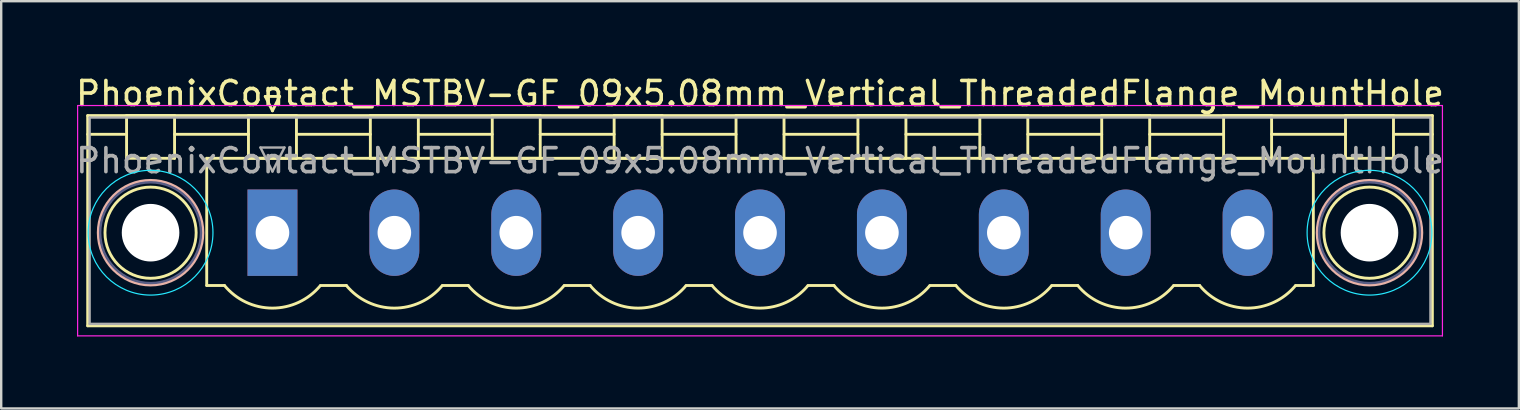
<source format=kicad_pcb>
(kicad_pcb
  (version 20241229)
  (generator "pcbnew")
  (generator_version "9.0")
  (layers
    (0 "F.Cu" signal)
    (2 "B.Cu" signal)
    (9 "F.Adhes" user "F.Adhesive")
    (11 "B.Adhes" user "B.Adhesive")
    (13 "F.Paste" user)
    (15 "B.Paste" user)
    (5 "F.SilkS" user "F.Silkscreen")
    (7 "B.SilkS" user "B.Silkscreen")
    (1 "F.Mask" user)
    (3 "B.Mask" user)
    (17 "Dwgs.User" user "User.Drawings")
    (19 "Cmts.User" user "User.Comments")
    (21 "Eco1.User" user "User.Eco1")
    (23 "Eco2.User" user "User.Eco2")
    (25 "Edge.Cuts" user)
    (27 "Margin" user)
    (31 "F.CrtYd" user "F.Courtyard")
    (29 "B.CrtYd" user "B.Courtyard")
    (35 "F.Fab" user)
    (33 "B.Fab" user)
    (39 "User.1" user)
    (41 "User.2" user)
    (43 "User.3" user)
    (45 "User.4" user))
  (footprint "PhoenixContact_MSTBV-GF_09x5.08mm_Vertical_ThreadedFlange_MountHole"
    (layer "F.Cu")
    (at 8.305 6.648)
    (property "Reference" "PhoenixContact_MSTBV-GF_09x5.08mm_Vertical_ThreadedFlange_MountHole" (at 20.32 -5.8 0) (layer "F.SilkS") (effects (font (size 1 1) (thickness 0.15))))
    (attr through_hole)
    (fp_line (start -7.7 -4.88) (end -7.7 3.88) (stroke (width 0.12) (type solid)) (layer "F.SilkS"))
    (fp_line (start -7.7 -4.1) (end -6.16 -4.1) (stroke (width 0.12) (type solid)) (layer "F.SilkS"))
    (fp_line (start -7.7 3.88) (end 48.34 3.88) (stroke (width 0.12) (type solid)) (layer "F.SilkS"))
    (fp_line (start -6.08 -4.88) (end -4.08 -4.88) (stroke (width 0.12) (type solid)) (layer "F.SilkS"))
    (fp_line (start -6.08 -3.1) (end -6.08 -4.88) (stroke (width 0.12) (type solid)) (layer "F.SilkS"))
    (fp_line (start -4.08 -4.88) (end -4.08 -3.1) (stroke (width 0.12) (type solid)) (layer "F.SilkS"))
    (fp_line (start -4.08 -4.1) (end -1 -4.1) (stroke (width 0.12) (type solid)) (layer "F.SilkS"))
    (fp_line (start -4.08 -3.1) (end -6.08 -3.1) (stroke (width 0.12) (type solid)) (layer "F.SilkS"))
    (fp_line (start -2.74 -3.1) (end 43.38 -3.1) (stroke (width 0.12) (type solid)) (layer "F.SilkS"))
    (fp_line (start -2.74 2.2) (end -2.74 -3.1) (stroke (width 0.12) (type solid)) (layer "F.SilkS"))
    (fp_line (start -2 2.2) (end -2.74 2.2) (stroke (width 0.12) (type solid)) (layer "F.SilkS"))
    (fp_line (start -1 -4.88) (end 1 -4.88) (stroke (width 0.12) (type solid)) (layer "F.SilkS"))
    (fp_line (start -1 -3.1) (end -1 -4.88) (stroke (width 0.12) (type solid)) (layer "F.SilkS"))
    (fp_line (start -0.3 -5.68) (end 0.3 -5.68) (stroke (width 0.12) (type solid)) (layer "F.SilkS"))
    (fp_line (start 0 -5.08) (end -0.3 -5.68) (stroke (width 0.12) (type solid)) (layer "F.SilkS"))
    (fp_line (start 0.3 -5.68) (end 0 -5.08) (stroke (width 0.12) (type solid)) (layer "F.SilkS"))
    (fp_line (start 1 -4.88) (end 1 -3.1) (stroke (width 0.12) (type solid)) (layer "F.SilkS"))
    (fp_line (start 1 -4.1) (end 4.08 -4.1) (stroke (width 0.12) (type solid)) (layer "F.SilkS"))
    (fp_line (start 1 -3.1) (end -1 -3.1) (stroke (width 0.12) (type solid)) (layer "F.SilkS"))
    (fp_line (start 2 2.2) (end 3.08 2.2) (stroke (width 0.12) (type solid)) (layer "F.SilkS"))
    (fp_line (start 4.08 -4.88) (end 6.08 -4.88) (stroke (width 0.12) (type solid)) (layer "F.SilkS"))
    (fp_line (start 4.08 -3.1) (end 4.08 -4.88) (stroke (width 0.12) (type solid)) (layer "F.SilkS"))
    (fp_line (start 6.08 -4.88) (end 6.08 -3.1) (stroke (width 0.12) (type solid)) (layer "F.SilkS"))
    (fp_line (start 6.08 -4.1) (end 9.16 -4.1) (stroke (width 0.12) (type solid)) (layer "F.SilkS"))
    (fp_line (start 6.08 -3.1) (end 4.08 -3.1) (stroke (width 0.12) (type solid)) (layer "F.SilkS"))
    (fp_line (start 7.08 2.2) (end 8.16 2.2) (stroke (width 0.12) (type solid)) (layer "F.SilkS"))
    (fp_line (start 9.16 -4.88) (end 11.16 -4.88) (stroke (width 0.12) (type solid)) (layer "F.SilkS"))
    (fp_line (start 9.16 -3.1) (end 9.16 -4.88) (stroke (width 0.12) (type solid)) (layer "F.SilkS"))
    (fp_line (start 11.16 -4.88) (end 11.16 -3.1) (stroke (width 0.12) (type solid)) (layer "F.SilkS"))
    (fp_line (start 11.16 -4.1) (end 14.24 -4.1) (stroke (width 0.12) (type solid)) (layer "F.SilkS"))
    (fp_line (start 11.16 -3.1) (end 9.16 -3.1) (stroke (width 0.12) (type solid)) (layer "F.SilkS"))
    (fp_line (start 12.16 2.2) (end 13.24 2.2) (stroke (width 0.12) (type solid)) (layer "F.SilkS"))
    (fp_line (start 14.24 -4.88) (end 16.24 -4.88) (stroke (width 0.12) (type solid)) (layer "F.SilkS"))
    (fp_line (start 14.24 -3.1) (end 14.24 -4.88) (stroke (width 0.12) (type solid)) (layer "F.SilkS"))
    (fp_line (start 16.24 -4.88) (end 16.24 -3.1) (stroke (width 0.12) (type solid)) (layer "F.SilkS"))
    (fp_line (start 16.24 -4.1) (end 19.32 -4.1) (stroke (width 0.12) (type solid)) (layer "F.SilkS"))
    (fp_line (start 16.24 -3.1) (end 14.24 -3.1) (stroke (width 0.12) (type solid)) (layer "F.SilkS"))
    (fp_line (start 17.24 2.2) (end 18.32 2.2) (stroke (width 0.12) (type solid)) (layer "F.SilkS"))
    (fp_line (start 19.32 -4.88) (end 21.32 -4.88) (stroke (width 0.12) (type solid)) (layer "F.SilkS"))
    (fp_line (start 19.32 -3.1) (end 19.32 -4.88) (stroke (width 0.12) (type solid)) (layer "F.SilkS"))
    (fp_line (start 21.32 -4.88) (end 21.32 -3.1) (stroke (width 0.12) (type solid)) (layer "F.SilkS"))
    (fp_line (start 21.32 -4.1) (end 24.4 -4.1) (stroke (width 0.12) (type solid)) (layer "F.SilkS"))
    (fp_line (start 21.32 -3.1) (end 19.32 -3.1) (stroke (width 0.12) (type solid)) (layer "F.SilkS"))
    (fp_line (start 22.32 2.2) (end 23.4 2.2) (stroke (width 0.12) (type solid)) (layer "F.SilkS"))
    (fp_line (start 24.4 -4.88) (end 26.4 -4.88) (stroke (width 0.12) (type solid)) (layer "F.SilkS"))
    (fp_line (start 24.4 -3.1) (end 24.4 -4.88) (stroke (width 0.12) (type solid)) (layer "F.SilkS"))
    (fp_line (start 26.4 -4.88) (end 26.4 -3.1) (stroke (width 0.12) (type solid)) (layer "F.SilkS"))
    (fp_line (start 26.4 -4.1) (end 29.48 -4.1) (stroke (width 0.12) (type solid)) (layer "F.SilkS"))
    (fp_line (start 26.4 -3.1) (end 24.4 -3.1) (stroke (width 0.12) (type solid)) (layer "F.SilkS"))
    (fp_line (start 27.4 2.2) (end 28.48 2.2) (stroke (width 0.12) (type solid)) (layer "F.SilkS"))
    (fp_line (start 29.48 -4.88) (end 31.48 -4.88) (stroke (width 0.12) (type solid)) (layer "F.SilkS"))
    (fp_line (start 29.48 -3.1) (end 29.48 -4.88) (stroke (width 0.12) (type solid)) (layer "F.SilkS"))
    (fp_line (start 31.48 -4.88) (end 31.48 -3.1) (stroke (width 0.12) (type solid)) (layer "F.SilkS"))
    (fp_line (start 31.48 -4.1) (end 34.56 -4.1) (stroke (width 0.12) (type solid)) (layer "F.SilkS"))
    (fp_line (start 31.48 -3.1) (end 29.48 -3.1) (stroke (width 0.12) (type solid)) (layer "F.SilkS"))
    (fp_line (start 32.48 2.2) (end 33.56 2.2) (stroke (width 0.12) (type solid)) (layer "F.SilkS"))
    (fp_line (start 34.56 -4.88) (end 36.56 -4.88) (stroke (width 0.12) (type solid)) (layer "F.SilkS"))
    (fp_line (start 34.56 -3.1) (end 34.56 -4.88) (stroke (width 0.12) (type solid)) (layer "F.SilkS"))
    (fp_line (start 36.56 -4.88) (end 36.56 -3.1) (stroke (width 0.12) (type solid)) (layer "F.SilkS"))
    (fp_line (start 36.56 -4.1) (end 39.64 -4.1) (stroke (width 0.12) (type solid)) (layer "F.SilkS"))
    (fp_line (start 36.56 -3.1) (end 34.56 -3.1) (stroke (width 0.12) (type solid)) (layer "F.SilkS"))
    (fp_line (start 37.56 2.2) (end 38.64 2.2) (stroke (width 0.12) (type solid)) (layer "F.SilkS"))
    (fp_line (start 39.64 -4.88) (end 41.64 -4.88) (stroke (width 0.12) (type solid)) (layer "F.SilkS"))
    (fp_line (start 39.64 -3.1) (end 39.64 -4.88) (stroke (width 0.12) (type solid)) (layer "F.SilkS"))
    (fp_line (start 41.64 -4.88) (end 41.64 -3.1) (stroke (width 0.12) (type solid)) (layer "F.SilkS"))
    (fp_line (start 41.64 -4.1) (end 44.72 -4.1) (stroke (width 0.12) (type solid)) (layer "F.SilkS"))
    (fp_line (start 41.64 -3.1) (end 39.64 -3.1) (stroke (width 0.12) (type solid)) (layer "F.SilkS"))
    (fp_line (start 43.38 -3.1) (end 43.38 2.2) (stroke (width 0.12) (type solid)) (layer "F.SilkS"))
    (fp_line (start 43.38 2.2) (end 42.64 2.2) (stroke (width 0.12) (type solid)) (layer "F.SilkS"))
    (fp_line (start 44.72 -4.88) (end 46.72 -4.88) (stroke (width 0.12) (type solid)) (layer "F.SilkS"))
    (fp_line (start 44.72 -3.1) (end 44.72 -4.88) (stroke (width 0.12) (type solid)) (layer "F.SilkS"))
    (fp_line (start 46.72 -4.88) (end 46.72 -3.1) (stroke (width 0.12) (type solid)) (layer "F.SilkS"))
    (fp_line (start 46.72 -3.1) (end 44.72 -3.1) (stroke (width 0.12) (type solid)) (layer "F.SilkS"))
    (fp_line (start 48.34 -4.88) (end -7.7 -4.88) (stroke (width 0.12) (type solid)) (layer "F.SilkS"))
    (fp_line (start 48.34 -4.1) (end 46.8 -4.1) (stroke (width 0.12) (type solid)) (layer "F.SilkS"))
    (fp_line (start 48.34 3.88) (end 48.34 -4.88) (stroke (width 0.12) (type solid)) (layer "F.SilkS"))
    (fp_arc (start 1.986842 2.215821) (mid -0.010289 3.142758) (end -2 2.2) (stroke (width 0.12) (type solid)) (layer "F.SilkS"))
    (fp_arc (start 7.066842 2.215821) (mid 5.069711 3.142758) (end 3.08 2.2) (stroke (width 0.12) (type solid)) (layer "F.SilkS"))
    (fp_arc (start 12.146842 2.215821) (mid 10.149711 3.142758) (end 8.16 2.2) (stroke (width 0.12) (type solid)) (layer "F.SilkS"))
    (fp_arc (start 17.226842 2.215821) (mid 15.229711 3.142758) (end 13.24 2.2) (stroke (width 0.12) (type solid)) (layer "F.SilkS"))
    (fp_arc (start 22.306842 2.215821) (mid 20.309711 3.142758) (end 18.32 2.2) (stroke (width 0.12) (type solid)) (layer "F.SilkS"))
    (fp_arc (start 27.386842 2.215821) (mid 25.389711 3.142758) (end 23.4 2.2) (stroke (width 0.12) (type solid)) (layer "F.SilkS"))
    (fp_arc (start 32.466842 2.215821) (mid 30.469711 3.142758) (end 28.48 2.2) (stroke (width 0.12) (type solid)) (layer "F.SilkS"))
    (fp_arc (start 37.546842 2.215821) (mid 35.549711 3.142758) (end 33.56 2.2) (stroke (width 0.12) (type solid)) (layer "F.SilkS"))
    (fp_arc (start 42.626842 2.215821) (mid 40.629711 3.142758) (end 38.64 2.2) (stroke (width 0.12) (type solid)) (layer "F.SilkS"))
    (fp_circle (center -5.08 0) (end -3.18 0) (stroke (width 0.12) (type solid)) (fill no) (layer "F.SilkS"))
    (fp_circle (center 45.72 0) (end 47.62 0) (stroke (width 0.12) (type solid)) (fill no) (layer "F.SilkS"))
    (fp_circle (center -5.08 0) (end -2.9 0) (stroke (width 0.12) (type solid)) (fill no) (layer "B.SilkS"))
    (fp_circle (center 45.72 0) (end 47.9 0) (stroke (width 0.12) (type solid)) (fill no) (layer "B.SilkS"))
    (fp_circle (center -5.08 0) (end -2.48 0) (stroke (width 0.05) (type solid)) (fill no) (layer "B.CrtYd"))
    (fp_circle (center 45.72 0) (end 48.32 0) (stroke (width 0.05) (type solid)) (fill no) (layer "B.CrtYd"))
    (fp_line (start -8.12 -5.3) (end -8.12 4.3) (stroke (width 0.05) (type solid)) (layer "F.CrtYd"))
    (fp_line (start -8.12 4.3) (end 48.76 4.3) (stroke (width 0.05) (type solid)) (layer "F.CrtYd"))
    (fp_line (start 48.76 -5.3) (end -8.12 -5.3) (stroke (width 0.05) (type solid)) (layer "F.CrtYd"))
    (fp_line (start 48.76 4.3) (end 48.76 -5.3) (stroke (width 0.05) (type solid)) (layer "F.CrtYd"))
    (fp_circle (center -5.08 0) (end -2.98 0) (stroke (width 0.1) (type solid)) (fill no) (layer "B.Fab"))
    (fp_circle (center 45.72 0) (end 47.82 0) (stroke (width 0.1) (type solid)) (fill no) (layer "B.Fab"))
    (fp_line (start -7.62 -4.8) (end -7.62 3.8) (stroke (width 0.1) (type solid)) (layer "F.Fab"))
    (fp_line (start -7.62 3.8) (end 48.26 3.8) (stroke (width 0.1) (type solid)) (layer "F.Fab"))
    (fp_line (start -0.5 -3.55) (end 0.5 -3.55) (stroke (width 0.1) (type solid)) (layer "F.Fab"))
    (fp_line (start 0 -2.55) (end -0.5 -3.55) (stroke (width 0.1) (type solid)) (layer "F.Fab"))
    (fp_line (start 0.5 -3.55) (end 0 -2.55) (stroke (width 0.1) (type solid)) (layer "F.Fab"))
    (fp_line (start 48.26 -4.8) (end -7.62 -4.8) (stroke (width 0.1) (type solid)) (layer "F.Fab"))
    (fp_line (start 48.26 3.8) (end 48.26 -4.8) (stroke (width 0.1) (type solid)) (layer "F.Fab"))
    (fp_text user "${REFERENCE}" (at 20.32 -3 0) (layer "F.Fab") (effects (font (size 1 1) (thickness 0.15))))
    (pad "" np_thru_hole circle (at -5.08 0) (size 2.4 2.4) (drill 2.4) (layers "*.Cu" "*.Mask"))
    (pad "" np_thru_hole circle (at 45.72 0) (size 2.4 2.4) (drill 2.4) (layers "*.Cu" "*.Mask"))
    (pad "1" thru_hole rect (at 0 0) (size 2.08 3.6) (drill 1.4) (layers "*.Cu" "*.Mask"))
    (pad "2" thru_hole oval (at 5.08 0) (size 2.08 3.6) (drill 1.4) (layers "*.Cu" "*.Mask"))
    (pad "3" thru_hole oval (at 10.16 0) (size 2.08 3.6) (drill 1.4) (layers "*.Cu" "*.Mask"))
    (pad "4" thru_hole oval (at 15.24 0) (size 2.08 3.6) (drill 1.4) (layers "*.Cu" "*.Mask"))
    (pad "5" thru_hole oval (at 20.32 0) (size 2.08 3.6) (drill 1.4) (layers "*.Cu" "*.Mask"))
    (pad "6" thru_hole oval (at 25.4 0) (size 2.08 3.6) (drill 1.4) (layers "*.Cu" "*.Mask"))
    (pad "7" thru_hole oval (at 30.48 0) (size 2.08 3.6) (drill 1.4) (layers "*.Cu" "*.Mask"))
    (pad "8" thru_hole oval (at 35.56 0) (size 2.08 3.6) (drill 1.4) (layers "*.Cu" "*.Mask"))
    (pad "9" thru_hole oval (at 40.64 0) (size 2.08 3.6) (drill 1.4) (layers "*.Cu" "*.Mask")))
  (gr_rect
    (start -3 -3)
    (end 60.25 13.973)
    (stroke (width 0.1) (type default))
    (fill no)
    (layer "Edge.Cuts")))
</source>
